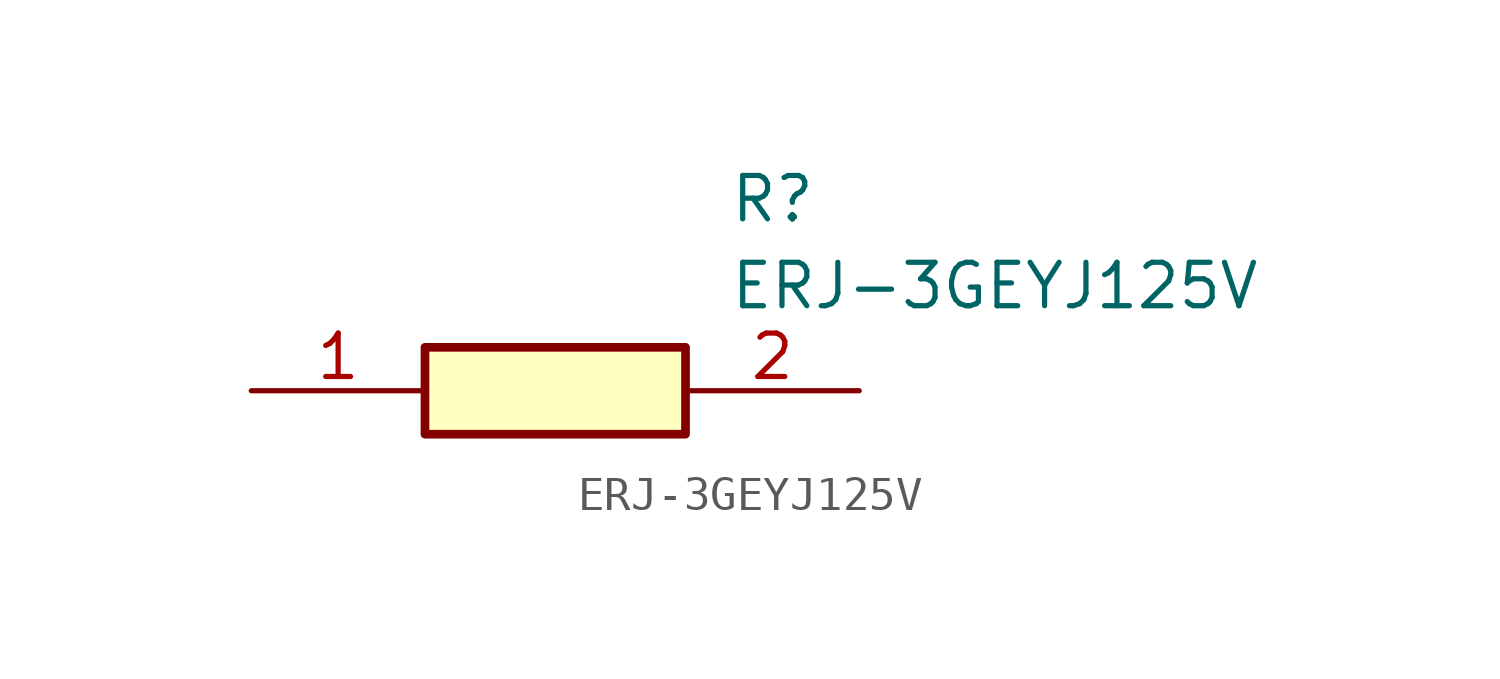
<source format=kicad_sym>
(kicad_symbol_lib
  (version 20211014)
  (generator SamacSys_ECAD_Model)
  (symbol "ERJ-3GEYJ125V"
    (pin_names hide)
    (property "Reference" "R"
      (at 13.97 6.35 0)
      (effects (font (size 1.27 1.27)) (justify left top)))
    (property "Value" "ERJ-3GEYJ125V"
      (at 13.97 3.81 0)
      (effects (font (size 1.27 1.27)) (justify left top)))
    (rectangle
      (start 5.08 1.27)
      (end 12.7 -1.27)
      (stroke (width 0.254) (type default))
      (fill (type background)))
    (pin passive line
      (at 0 0 0)
      (length 5.08)
      (name "1" (effects (font (size 1.27 1.27))))
      (number "1" (effects (font (size 1.27 1.27)))))
    (pin passive line
      (at 17.78 0 180)
      (length 5.08)
      (name "2" (effects (font (size 1.27 1.27))))
      (number "2" (effects (font (size 1.27 1.27)))))))
</source>
